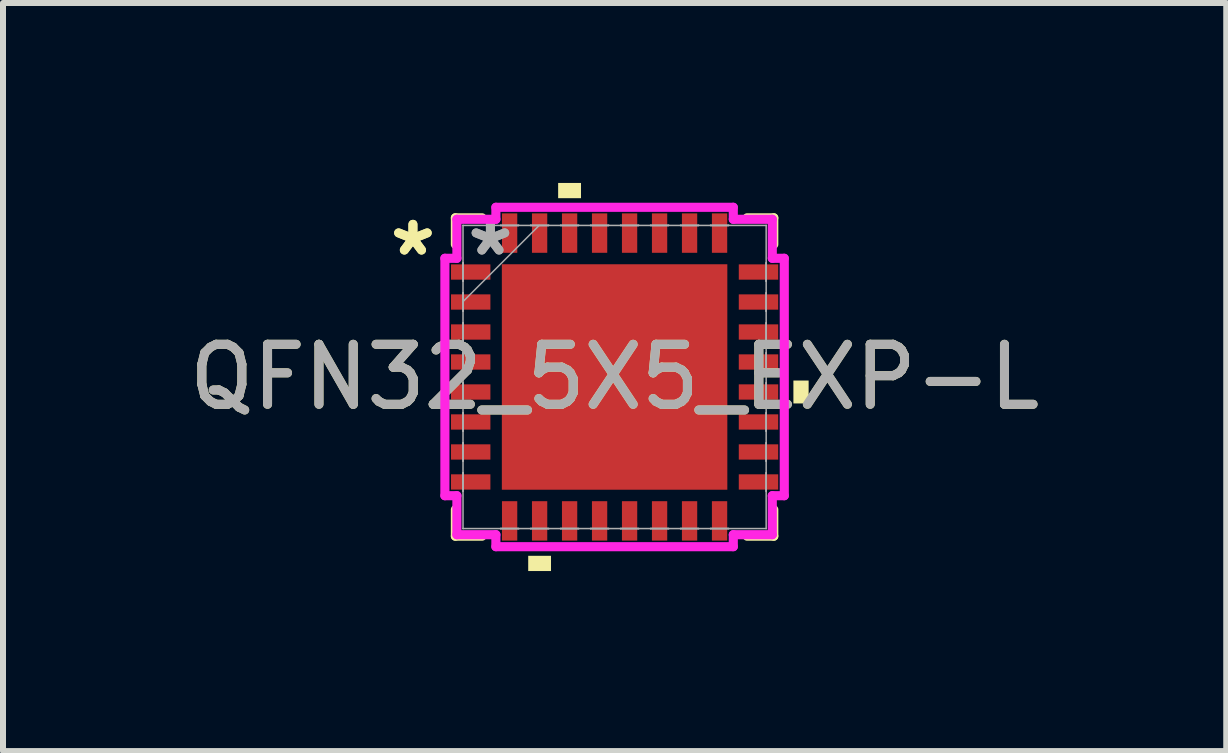
<source format=kicad_pcb>
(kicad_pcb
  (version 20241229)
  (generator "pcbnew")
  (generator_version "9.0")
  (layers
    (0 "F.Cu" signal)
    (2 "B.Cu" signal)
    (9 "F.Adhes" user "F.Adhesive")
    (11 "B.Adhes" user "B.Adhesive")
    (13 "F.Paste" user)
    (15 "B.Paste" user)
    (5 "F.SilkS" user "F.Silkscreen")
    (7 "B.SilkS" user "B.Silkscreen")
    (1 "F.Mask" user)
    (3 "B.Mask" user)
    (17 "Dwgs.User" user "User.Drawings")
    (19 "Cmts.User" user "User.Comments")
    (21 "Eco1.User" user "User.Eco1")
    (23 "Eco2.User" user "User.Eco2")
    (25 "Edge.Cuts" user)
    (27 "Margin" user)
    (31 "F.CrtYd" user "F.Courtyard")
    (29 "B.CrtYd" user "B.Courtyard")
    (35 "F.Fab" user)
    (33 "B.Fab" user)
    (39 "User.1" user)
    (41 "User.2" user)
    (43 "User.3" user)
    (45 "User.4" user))
  (footprint "QFN32_5X5_EXP-L"
    (layer "F.Cu")
    (at 7.196 3.235)
    (property "Reference" "QFN32_5X5_EXP-L" (at 0 0 0) (unlocked yes) (layer "F.SilkS") (effects (font (size 1 1) (thickness 0.15))))
    (attr smd)
    (fp_line (start -2.654 -2.654) (end -2.654 -2.21) (stroke (width 0.152) (type solid)) (layer "F.SilkS"))
    (fp_line (start -2.654 2.21) (end -2.654 2.654) (stroke (width 0.152) (type solid)) (layer "F.SilkS"))
    (fp_line (start -2.654 2.654) (end -2.21 2.654) (stroke (width 0.152) (type solid)) (layer "F.SilkS"))
    (fp_line (start -2.21 -2.654) (end -2.654 -2.654) (stroke (width 0.152) (type solid)) (layer "F.SilkS"))
    (fp_line (start 2.21 2.654) (end 2.654 2.654) (stroke (width 0.152) (type solid)) (layer "F.SilkS"))
    (fp_line (start 2.654 -2.654) (end 2.21 -2.654) (stroke (width 0.152) (type solid)) (layer "F.SilkS"))
    (fp_line (start 2.654 -2.21) (end 2.654 -2.654) (stroke (width 0.152) (type solid)) (layer "F.SilkS"))
    (fp_line (start 2.654 2.654) (end 2.654 2.21) (stroke (width 0.152) (type solid)) (layer "F.SilkS"))
    (fp_poly (pts (xy -1.44 2.981) (xy -1.44 3.235) (xy -1.06 3.235) (xy -1.06 2.981)) (stroke (width 0) (type solid)) (fill yes) (layer "F.SilkS"))
    (fp_poly (pts (xy -0.941 -2.981) (xy -0.941 -3.235) (xy -0.56 -3.235) (xy -0.56 -2.981)) (stroke (width 0) (type solid)) (fill yes) (layer "F.SilkS"))
    (fp_poly (pts (xy 3.235 0.059) (xy 3.235 0.441) (xy 2.981 0.441) (xy 2.981 0.059)) (stroke (width 0) (type solid)) (fill yes) (layer "F.SilkS"))
    (fp_poly (pts (xy -1.78 -1.78) (xy -1.78 -0.1) (xy -0.1 -0.1) (xy -0.1 -1.78)) (stroke (width 0) (type solid)) (fill yes) (layer "F.Paste"))
    (fp_poly (pts (xy -1.78 0.1) (xy -1.78 1.78) (xy -0.1 1.78) (xy -0.1 0.1)) (stroke (width 0) (type solid)) (fill yes) (layer "F.Paste"))
    (fp_poly (pts (xy 0.1 -1.78) (xy 0.1 -0.1) (xy 1.78 -0.1) (xy 1.78 -1.78)) (stroke (width 0) (type solid)) (fill yes) (layer "F.Paste"))
    (fp_poly (pts (xy 0.1 0.1) (xy 0.1 1.78) (xy 1.78 1.78) (xy 1.78 0.1)) (stroke (width 0) (type solid)) (fill yes) (layer "F.Paste"))
    (fp_line (start -2.829 -1.979) (end -2.629 -1.979) (stroke (width 0.152) (type solid)) (layer "F.CrtYd"))
    (fp_line (start -2.829 1.979) (end -2.829 -1.979) (stroke (width 0.152) (type solid)) (layer "F.CrtYd"))
    (fp_line (start -2.629 -2.629) (end -1.979 -2.629) (stroke (width 0.152) (type solid)) (layer "F.CrtYd"))
    (fp_line (start -2.629 -1.979) (end -2.629 -2.629) (stroke (width 0.152) (type solid)) (layer "F.CrtYd"))
    (fp_line (start -2.629 1.979) (end -2.829 1.979) (stroke (width 0.152) (type solid)) (layer "F.CrtYd"))
    (fp_line (start -2.629 2.629) (end -2.629 1.979) (stroke (width 0.152) (type solid)) (layer "F.CrtYd"))
    (fp_line (start -1.979 -2.829) (end 1.979 -2.829) (stroke (width 0.152) (type solid)) (layer "F.CrtYd"))
    (fp_line (start -1.979 -2.629) (end -1.979 -2.829) (stroke (width 0.152) (type solid)) (layer "F.CrtYd"))
    (fp_line (start -1.979 2.629) (end -2.629 2.629) (stroke (width 0.152) (type solid)) (layer "F.CrtYd"))
    (fp_line (start -1.979 2.829) (end -1.979 2.629) (stroke (width 0.152) (type solid)) (layer "F.CrtYd"))
    (fp_line (start 1.979 -2.829) (end 1.979 -2.629) (stroke (width 0.152) (type solid)) (layer "F.CrtYd"))
    (fp_line (start 1.979 -2.629) (end 2.629 -2.629) (stroke (width 0.152) (type solid)) (layer "F.CrtYd"))
    (fp_line (start 1.979 2.629) (end 1.979 2.829) (stroke (width 0.152) (type solid)) (layer "F.CrtYd"))
    (fp_line (start 1.979 2.829) (end -1.979 2.829) (stroke (width 0.152) (type solid)) (layer "F.CrtYd"))
    (fp_line (start 2.629 -2.629) (end 2.629 -1.979) (stroke (width 0.152) (type solid)) (layer "F.CrtYd"))
    (fp_line (start 2.629 -1.979) (end 2.829 -1.979) (stroke (width 0.152) (type solid)) (layer "F.CrtYd"))
    (fp_line (start 2.629 1.979) (end 2.629 2.629) (stroke (width 0.152) (type solid)) (layer "F.CrtYd"))
    (fp_line (start 2.629 2.629) (end 1.979 2.629) (stroke (width 0.152) (type solid)) (layer "F.CrtYd"))
    (fp_line (start 2.829 -1.979) (end 2.829 1.979) (stroke (width 0.152) (type solid)) (layer "F.CrtYd"))
    (fp_line (start 2.829 1.979) (end 2.629 1.979) (stroke (width 0.152) (type solid)) (layer "F.CrtYd"))
    (fp_line (start -2.527 -2.527) (end -2.527 -2.527) (stroke (width 0.025) (type solid)) (layer "F.Fab"))
    (fp_line (start -2.527 -2.527) (end -2.527 2.527) (stroke (width 0.025) (type solid)) (layer "F.Fab"))
    (fp_line (start -2.527 -1.902) (end -2.527 -1.902) (stroke (width 0.025) (type solid)) (layer "F.Fab"))
    (fp_line (start -2.527 -1.902) (end -2.527 -1.598) (stroke (width 0.025) (type solid)) (layer "F.Fab"))
    (fp_line (start -2.527 -1.598) (end -2.527 -1.902) (stroke (width 0.025) (type solid)) (layer "F.Fab"))
    (fp_line (start -2.527 -1.598) (end -2.527 -1.598) (stroke (width 0.025) (type solid)) (layer "F.Fab"))
    (fp_line (start -2.527 -1.402) (end -2.527 -1.402) (stroke (width 0.025) (type solid)) (layer "F.Fab"))
    (fp_line (start -2.527 -1.402) (end -2.527 -1.098) (stroke (width 0.025) (type solid)) (layer "F.Fab"))
    (fp_line (start -2.527 -1.257) (end -1.257 -2.527) (stroke (width 0.025) (type solid)) (layer "F.Fab"))
    (fp_line (start -2.527 -1.098) (end -2.527 -1.402) (stroke (width 0.025) (type solid)) (layer "F.Fab"))
    (fp_line (start -2.527 -1.098) (end -2.527 -1.098) (stroke (width 0.025) (type solid)) (layer "F.Fab"))
    (fp_line (start -2.527 -0.902) (end -2.527 -0.902) (stroke (width 0.025) (type solid)) (layer "F.Fab"))
    (fp_line (start -2.527 -0.902) (end -2.527 -0.598) (stroke (width 0.025) (type solid)) (layer "F.Fab"))
    (fp_line (start -2.527 -0.598) (end -2.527 -0.902) (stroke (width 0.025) (type solid)) (layer "F.Fab"))
    (fp_line (start -2.527 -0.598) (end -2.527 -0.598) (stroke (width 0.025) (type solid)) (layer "F.Fab"))
    (fp_line (start -2.527 -0.402) (end -2.527 -0.402) (stroke (width 0.025) (type solid)) (layer "F.Fab"))
    (fp_line (start -2.527 -0.402) (end -2.527 -0.098) (stroke (width 0.025) (type solid)) (layer "F.Fab"))
    (fp_line (start -2.527 -0.098) (end -2.527 -0.402) (stroke (width 0.025) (type solid)) (layer "F.Fab"))
    (fp_line (start -2.527 -0.098) (end -2.527 -0.098) (stroke (width 0.025) (type solid)) (layer "F.Fab"))
    (fp_line (start -2.527 0.098) (end -2.527 0.098) (stroke (width 0.025) (type solid)) (layer "F.Fab"))
    (fp_line (start -2.527 0.098) (end -2.527 0.402) (stroke (width 0.025) (type solid)) (layer "F.Fab"))
    (fp_line (start -2.527 0.402) (end -2.527 0.098) (stroke (width 0.025) (type solid)) (layer "F.Fab"))
    (fp_line (start -2.527 0.402) (end -2.527 0.402) (stroke (width 0.025) (type solid)) (layer "F.Fab"))
    (fp_line (start -2.527 0.598) (end -2.527 0.598) (stroke (width 0.025) (type solid)) (layer "F.Fab"))
    (fp_line (start -2.527 0.598) (end -2.527 0.902) (stroke (width 0.025) (type solid)) (layer "F.Fab"))
    (fp_line (start -2.527 0.902) (end -2.527 0.598) (stroke (width 0.025) (type solid)) (layer "F.Fab"))
    (fp_line (start -2.527 0.902) (end -2.527 0.902) (stroke (width 0.025) (type solid)) (layer "F.Fab"))
    (fp_line (start -2.527 1.098) (end -2.527 1.098) (stroke (width 0.025) (type solid)) (layer "F.Fab"))
    (fp_line (start -2.527 1.098) (end -2.527 1.402) (stroke (width 0.025) (type solid)) (layer "F.Fab"))
    (fp_line (start -2.527 1.402) (end -2.527 1.098) (stroke (width 0.025) (type solid)) (layer "F.Fab"))
    (fp_line (start -2.527 1.402) (end -2.527 1.402) (stroke (width 0.025) (type solid)) (layer "F.Fab"))
    (fp_line (start -2.527 1.598) (end -2.527 1.598) (stroke (width 0.025) (type solid)) (layer "F.Fab"))
    (fp_line (start -2.527 1.598) (end -2.527 1.902) (stroke (width 0.025) (type solid)) (layer "F.Fab"))
    (fp_line (start -2.527 1.902) (end -2.527 1.598) (stroke (width 0.025) (type solid)) (layer "F.Fab"))
    (fp_line (start -2.527 1.902) (end -2.527 1.902) (stroke (width 0.025) (type solid)) (layer "F.Fab"))
    (fp_line (start -2.527 2.527) (end -2.527 2.527) (stroke (width 0.025) (type solid)) (layer "F.Fab"))
    (fp_line (start -2.527 2.527) (end 2.527 2.527) (stroke (width 0.025) (type solid)) (layer "F.Fab"))
    (fp_line (start -1.902 -2.527) (end -1.902 -2.527) (stroke (width 0.025) (type solid)) (layer "F.Fab"))
    (fp_line (start -1.902 -2.527) (end -1.598 -2.527) (stroke (width 0.025) (type solid)) (layer "F.Fab"))
    (fp_line (start -1.902 2.527) (end -1.902 2.527) (stroke (width 0.025) (type solid)) (layer "F.Fab"))
    (fp_line (start -1.902 2.527) (end -1.598 2.527) (stroke (width 0.025) (type solid)) (layer "F.Fab"))
    (fp_line (start -1.598 -2.527) (end -1.902 -2.527) (stroke (width 0.025) (type solid)) (layer "F.Fab"))
    (fp_line (start -1.598 -2.527) (end -1.598 -2.527) (stroke (width 0.025) (type solid)) (layer "F.Fab"))
    (fp_line (start -1.598 2.527) (end -1.902 2.527) (stroke (width 0.025) (type solid)) (layer "F.Fab"))
    (fp_line (start -1.598 2.527) (end -1.598 2.527) (stroke (width 0.025) (type solid)) (layer "F.Fab"))
    (fp_line (start -1.402 -2.527) (end -1.402 -2.527) (stroke (width 0.025) (type solid)) (layer "F.Fab"))
    (fp_line (start -1.402 -2.527) (end -1.098 -2.527) (stroke (width 0.025) (type solid)) (layer "F.Fab"))
    (fp_line (start -1.402 2.527) (end -1.402 2.527) (stroke (width 0.025) (type solid)) (layer "F.Fab"))
    (fp_line (start -1.402 2.527) (end -1.098 2.527) (stroke (width 0.025) (type solid)) (layer "F.Fab"))
    (fp_line (start -1.098 -2.527) (end -1.402 -2.527) (stroke (width 0.025) (type solid)) (layer "F.Fab"))
    (fp_line (start -1.098 -2.527) (end -1.098 -2.527) (stroke (width 0.025) (type solid)) (layer "F.Fab"))
    (fp_line (start -1.098 2.527) (end -1.402 2.527) (stroke (width 0.025) (type solid)) (layer "F.Fab"))
    (fp_line (start -1.098 2.527) (end -1.098 2.527) (stroke (width 0.025) (type solid)) (layer "F.Fab"))
    (fp_line (start -0.902 -2.527) (end -0.902 -2.527) (stroke (width 0.025) (type solid)) (layer "F.Fab"))
    (fp_line (start -0.902 -2.527) (end -0.598 -2.527) (stroke (width 0.025) (type solid)) (layer "F.Fab"))
    (fp_line (start -0.902 2.527) (end -0.902 2.527) (stroke (width 0.025) (type solid)) (layer "F.Fab"))
    (fp_line (start -0.902 2.527) (end -0.598 2.527) (stroke (width 0.025) (type solid)) (layer "F.Fab"))
    (fp_line (start -0.598 -2.527) (end -0.902 -2.527) (stroke (width 0.025) (type solid)) (layer "F.Fab"))
    (fp_line (start -0.598 -2.527) (end -0.598 -2.527) (stroke (width 0.025) (type solid)) (layer "F.Fab"))
    (fp_line (start -0.598 2.527) (end -0.902 2.527) (stroke (width 0.025) (type solid)) (layer "F.Fab"))
    (fp_line (start -0.598 2.527) (end -0.598 2.527) (stroke (width 0.025) (type solid)) (layer "F.Fab"))
    (fp_line (start -0.402 -2.527) (end -0.402 -2.527) (stroke (width 0.025) (type solid)) (layer "F.Fab"))
    (fp_line (start -0.402 -2.527) (end -0.098 -2.527) (stroke (width 0.025) (type solid)) (layer "F.Fab"))
    (fp_line (start -0.402 2.527) (end -0.402 2.527) (stroke (width 0.025) (type solid)) (layer "F.Fab"))
    (fp_line (start -0.402 2.527) (end -0.098 2.527) (stroke (width 0.025) (type solid)) (layer "F.Fab"))
    (fp_line (start -0.098 -2.527) (end -0.402 -2.527) (stroke (width 0.025) (type solid)) (layer "F.Fab"))
    (fp_line (start -0.098 -2.527) (end -0.098 -2.527) (stroke (width 0.025) (type solid)) (layer "F.Fab"))
    (fp_line (start -0.098 2.527) (end -0.402 2.527) (stroke (width 0.025) (type solid)) (layer "F.Fab"))
    (fp_line (start -0.098 2.527) (end -0.098 2.527) (stroke (width 0.025) (type solid)) (layer "F.Fab"))
    (fp_line (start 0.098 -2.527) (end 0.098 -2.527) (stroke (width 0.025) (type solid)) (layer "F.Fab"))
    (fp_line (start 0.098 -2.527) (end 0.402 -2.527) (stroke (width 0.025) (type solid)) (layer "F.Fab"))
    (fp_line (start 0.098 2.527) (end 0.098 2.527) (stroke (width 0.025) (type solid)) (layer "F.Fab"))
    (fp_line (start 0.098 2.527) (end 0.402 2.527) (stroke (width 0.025) (type solid)) (layer "F.Fab"))
    (fp_line (start 0.402 -2.527) (end 0.098 -2.527) (stroke (width 0.025) (type solid)) (layer "F.Fab"))
    (fp_line (start 0.402 -2.527) (end 0.402 -2.527) (stroke (width 0.025) (type solid)) (layer "F.Fab"))
    (fp_line (start 0.402 2.527) (end 0.098 2.527) (stroke (width 0.025) (type solid)) (layer "F.Fab"))
    (fp_line (start 0.402 2.527) (end 0.402 2.527) (stroke (width 0.025) (type solid)) (layer "F.Fab"))
    (fp_line (start 0.598 -2.527) (end 0.598 -2.527) (stroke (width 0.025) (type solid)) (layer "F.Fab"))
    (fp_line (start 0.598 -2.527) (end 0.902 -2.527) (stroke (width 0.025) (type solid)) (layer "F.Fab"))
    (fp_line (start 0.598 2.527) (end 0.598 2.527) (stroke (width 0.025) (type solid)) (layer "F.Fab"))
    (fp_line (start 0.598 2.527) (end 0.902 2.527) (stroke (width 0.025) (type solid)) (layer "F.Fab"))
    (fp_line (start 0.902 -2.527) (end 0.598 -2.527) (stroke (width 0.025) (type solid)) (layer "F.Fab"))
    (fp_line (start 0.902 -2.527) (end 0.902 -2.527) (stroke (width 0.025) (type solid)) (layer "F.Fab"))
    (fp_line (start 0.902 2.527) (end 0.598 2.527) (stroke (width 0.025) (type solid)) (layer "F.Fab"))
    (fp_line (start 0.902 2.527) (end 0.902 2.527) (stroke (width 0.025) (type solid)) (layer "F.Fab"))
    (fp_line (start 1.098 -2.527) (end 1.098 -2.527) (stroke (width 0.025) (type solid)) (layer "F.Fab"))
    (fp_line (start 1.098 -2.527) (end 1.402 -2.527) (stroke (width 0.025) (type solid)) (layer "F.Fab"))
    (fp_line (start 1.098 2.527) (end 1.098 2.527) (stroke (width 0.025) (type solid)) (layer "F.Fab"))
    (fp_line (start 1.098 2.527) (end 1.402 2.527) (stroke (width 0.025) (type solid)) (layer "F.Fab"))
    (fp_line (start 1.402 -2.527) (end 1.098 -2.527) (stroke (width 0.025) (type solid)) (layer "F.Fab"))
    (fp_line (start 1.402 -2.527) (end 1.402 -2.527) (stroke (width 0.025) (type solid)) (layer "F.Fab"))
    (fp_line (start 1.402 2.527) (end 1.098 2.527) (stroke (width 0.025) (type solid)) (layer "F.Fab"))
    (fp_line (start 1.402 2.527) (end 1.402 2.527) (stroke (width 0.025) (type solid)) (layer "F.Fab"))
    (fp_line (start 1.598 -2.527) (end 1.598 -2.527) (stroke (width 0.025) (type solid)) (layer "F.Fab"))
    (fp_line (start 1.598 -2.527) (end 1.902 -2.527) (stroke (width 0.025) (type solid)) (layer "F.Fab"))
    (fp_line (start 1.598 2.527) (end 1.598 2.527) (stroke (width 0.025) (type solid)) (layer "F.Fab"))
    (fp_line (start 1.598 2.527) (end 1.902 2.527) (stroke (width 0.025) (type solid)) (layer "F.Fab"))
    (fp_line (start 1.902 -2.527) (end 1.598 -2.527) (stroke (width 0.025) (type solid)) (layer "F.Fab"))
    (fp_line (start 1.902 -2.527) (end 1.902 -2.527) (stroke (width 0.025) (type solid)) (layer "F.Fab"))
    (fp_line (start 1.902 2.527) (end 1.598 2.527) (stroke (width 0.025) (type solid)) (layer "F.Fab"))
    (fp_line (start 1.902 2.527) (end 1.902 2.527) (stroke (width 0.025) (type solid)) (layer "F.Fab"))
    (fp_line (start 2.527 -2.527) (end -2.527 -2.527) (stroke (width 0.025) (type solid)) (layer "F.Fab"))
    (fp_line (start 2.527 -2.527) (end 2.527 -2.527) (stroke (width 0.025) (type solid)) (layer "F.Fab"))
    (fp_line (start 2.527 -1.902) (end 2.527 -1.902) (stroke (width 0.025) (type solid)) (layer "F.Fab"))
    (fp_line (start 2.527 -1.902) (end 2.527 -1.598) (stroke (width 0.025) (type solid)) (layer "F.Fab"))
    (fp_line (start 2.527 -1.598) (end 2.527 -1.902) (stroke (width 0.025) (type solid)) (layer "F.Fab"))
    (fp_line (start 2.527 -1.598) (end 2.527 -1.598) (stroke (width 0.025) (type solid)) (layer "F.Fab"))
    (fp_line (start 2.527 -1.402) (end 2.527 -1.402) (stroke (width 0.025) (type solid)) (layer "F.Fab"))
    (fp_line (start 2.527 -1.402) (end 2.527 -1.098) (stroke (width 0.025) (type solid)) (layer "F.Fab"))
    (fp_line (start 2.527 -1.098) (end 2.527 -1.402) (stroke (width 0.025) (type solid)) (layer "F.Fab"))
    (fp_line (start 2.527 -1.098) (end 2.527 -1.098) (stroke (width 0.025) (type solid)) (layer "F.Fab"))
    (fp_line (start 2.527 -0.902) (end 2.527 -0.902) (stroke (width 0.025) (type solid)) (layer "F.Fab"))
    (fp_line (start 2.527 -0.902) (end 2.527 -0.598) (stroke (width 0.025) (type solid)) (layer "F.Fab"))
    (fp_line (start 2.527 -0.598) (end 2.527 -0.902) (stroke (width 0.025) (type solid)) (layer "F.Fab"))
    (fp_line (start 2.527 -0.598) (end 2.527 -0.598) (stroke (width 0.025) (type solid)) (layer "F.Fab"))
    (fp_line (start 2.527 -0.402) (end 2.527 -0.402) (stroke (width 0.025) (type solid)) (layer "F.Fab"))
    (fp_line (start 2.527 -0.402) (end 2.527 -0.098) (stroke (width 0.025) (type solid)) (layer "F.Fab"))
    (fp_line (start 2.527 -0.098) (end 2.527 -0.402) (stroke (width 0.025) (type solid)) (layer "F.Fab"))
    (fp_line (start 2.527 -0.098) (end 2.527 -0.098) (stroke (width 0.025) (type solid)) (layer "F.Fab"))
    (fp_line (start 2.527 0.098) (end 2.527 0.098) (stroke (width 0.025) (type solid)) (layer "F.Fab"))
    (fp_line (start 2.527 0.098) (end 2.527 0.402) (stroke (width 0.025) (type solid)) (layer "F.Fab"))
    (fp_line (start 2.527 0.402) (end 2.527 0.098) (stroke (width 0.025) (type solid)) (layer "F.Fab"))
    (fp_line (start 2.527 0.402) (end 2.527 0.402) (stroke (width 0.025) (type solid)) (layer "F.Fab"))
    (fp_line (start 2.527 0.598) (end 2.527 0.598) (stroke (width 0.025) (type solid)) (layer "F.Fab"))
    (fp_line (start 2.527 0.598) (end 2.527 0.902) (stroke (width 0.025) (type solid)) (layer "F.Fab"))
    (fp_line (start 2.527 0.902) (end 2.527 0.598) (stroke (width 0.025) (type solid)) (layer "F.Fab"))
    (fp_line (start 2.527 0.902) (end 2.527 0.902) (stroke (width 0.025) (type solid)) (layer "F.Fab"))
    (fp_line (start 2.527 1.098) (end 2.527 1.098) (stroke (width 0.025) (type solid)) (layer "F.Fab"))
    (fp_line (start 2.527 1.098) (end 2.527 1.402) (stroke (width 0.025) (type solid)) (layer "F.Fab"))
    (fp_line (start 2.527 1.402) (end 2.527 1.098) (stroke (width 0.025) (type solid)) (layer "F.Fab"))
    (fp_line (start 2.527 1.402) (end 2.527 1.402) (stroke (width 0.025) (type solid)) (layer "F.Fab"))
    (fp_line (start 2.527 1.598) (end 2.527 1.598) (stroke (width 0.025) (type solid)) (layer "F.Fab"))
    (fp_line (start 2.527 1.598) (end 2.527 1.902) (stroke (width 0.025) (type solid)) (layer "F.Fab"))
    (fp_line (start 2.527 1.902) (end 2.527 1.598) (stroke (width 0.025) (type solid)) (layer "F.Fab"))
    (fp_line (start 2.527 1.902) (end 2.527 1.902) (stroke (width 0.025) (type solid)) (layer "F.Fab"))
    (fp_line (start 2.527 2.527) (end 2.527 -2.527) (stroke (width 0.025) (type solid)) (layer "F.Fab"))
    (fp_line (start 2.527 2.527) (end 2.527 2.527) (stroke (width 0.025) (type solid)) (layer "F.Fab"))
    (fp_text user "*" (at -3.362 -2 0) (unlocked yes) (layer "F.SilkS") (effects (font (size 1 1) (thickness 0.15))))
    (fp_text user "*" (at -3.362 -2 0) (layer "F.SilkS") (effects (font (size 1 1) (thickness 0.15))))
    (fp_text user "${REFERENCE}" (at 0 0 0) (unlocked yes) (layer "F.Fab") (effects (font (size 1 1) (thickness 0.15))))
    (fp_text user "*" (at -2.07 -2 0) (layer "F.Fab") (effects (font (size 1 1) (thickness 0.15))))
    (fp_text user "*" (at -2.07 -2 0) (unlocked yes) (layer "F.Fab") (effects (font (size 1 1) (thickness 0.15))))
    (pad "1" smd rect (at -2.399 -1.75 90) (size 0.255 0.657) (layers "F.Cu" "F.Mask" "F.Paste"))
    (pad "2" smd rect (at -2.399 -1.25 90) (size 0.255 0.657) (layers "F.Cu" "F.Mask" "F.Paste"))
    (pad "3" smd rect (at -2.399 -0.75 90) (size 0.255 0.657) (layers "F.Cu" "F.Mask" "F.Paste"))
    (pad "4" smd rect (at -2.399 -0.25 90) (size 0.255 0.657) (layers "F.Cu" "F.Mask" "F.Paste"))
    (pad "5" smd rect (at -2.399 0.25 90) (size 0.255 0.657) (layers "F.Cu" "F.Mask" "F.Paste"))
    (pad "6" smd rect (at -2.399 0.75 90) (size 0.255 0.657) (layers "F.Cu" "F.Mask" "F.Paste"))
    (pad "7" smd rect (at -2.399 1.25 90) (size 0.255 0.657) (layers "F.Cu" "F.Mask" "F.Paste"))
    (pad "8" smd rect (at -2.399 1.75 90) (size 0.255 0.657) (layers "F.Cu" "F.Mask" "F.Paste"))
    (pad "9" smd rect (at -1.75 2.399) (size 0.255 0.657) (layers "F.Cu" "F.Mask" "F.Paste"))
    (pad "10" smd rect (at -1.25 2.399) (size 0.255 0.657) (layers "F.Cu" "F.Mask" "F.Paste"))
    (pad "11" smd rect (at -0.75 2.399) (size 0.255 0.657) (layers "F.Cu" "F.Mask" "F.Paste"))
    (pad "12" smd rect (at -0.25 2.399) (size 0.255 0.657) (layers "F.Cu" "F.Mask" "F.Paste"))
    (pad "13" smd rect (at 0.25 2.399) (size 0.255 0.657) (layers "F.Cu" "F.Mask" "F.Paste"))
    (pad "14" smd rect (at 0.75 2.399) (size 0.255 0.657) (layers "F.Cu" "F.Mask" "F.Paste"))
    (pad "15" smd rect (at 1.25 2.399) (size 0.255 0.657) (layers "F.Cu" "F.Mask" "F.Paste"))
    (pad "16" smd rect (at 1.75 2.399) (size 0.255 0.657) (layers "F.Cu" "F.Mask" "F.Paste"))
    (pad "17" smd rect (at 2.399 1.75 90) (size 0.255 0.657) (layers "F.Cu" "F.Mask" "F.Paste"))
    (pad "18" smd rect (at 2.399 1.25 90) (size 0.255 0.657) (layers "F.Cu" "F.Mask" "F.Paste"))
    (pad "19" smd rect (at 2.399 0.75 90) (size 0.255 0.657) (layers "F.Cu" "F.Mask" "F.Paste"))
    (pad "20" smd rect (at 2.399 0.25 90) (size 0.255 0.657) (layers "F.Cu" "F.Mask" "F.Paste"))
    (pad "21" smd rect (at 2.399 -0.25 90) (size 0.255 0.657) (layers "F.Cu" "F.Mask" "F.Paste"))
    (pad "22" smd rect (at 2.399 -0.75 90) (size 0.255 0.657) (layers "F.Cu" "F.Mask" "F.Paste"))
    (pad "23" smd rect (at 2.399 -1.25 90) (size 0.255 0.657) (layers "F.Cu" "F.Mask" "F.Paste"))
    (pad "24" smd rect (at 2.399 -1.75 90) (size 0.255 0.657) (layers "F.Cu" "F.Mask" "F.Paste"))
    (pad "25" smd rect (at 1.75 -2.399) (size 0.255 0.657) (layers "F.Cu" "F.Mask" "F.Paste"))
    (pad "26" smd rect (at 1.25 -2.399) (size 0.255 0.657) (layers "F.Cu" "F.Mask" "F.Paste"))
    (pad "27" smd rect (at 0.75 -2.399) (size 0.255 0.657) (layers "F.Cu" "F.Mask" "F.Paste"))
    (pad "28" smd rect (at 0.25 -2.399) (size 0.255 0.657) (layers "F.Cu" "F.Mask" "F.Paste"))
    (pad "29" smd rect (at -0.25 -2.399) (size 0.255 0.657) (layers "F.Cu" "F.Mask" "F.Paste"))
    (pad "30" smd rect (at -0.75 -2.399) (size 0.255 0.657) (layers "F.Cu" "F.Mask" "F.Paste"))
    (pad "31" smd rect (at -1.25 -2.399) (size 0.255 0.657) (layers "F.Cu" "F.Mask" "F.Paste"))
    (pad "32" smd rect (at -1.75 -2.399) (size 0.255 0.657) (layers "F.Cu" "F.Mask" "F.Paste"))
    (pad "33" smd rect (at 0 0) (size 3.759 3.759) (layers "F.Cu" "F.Mask")))
  (gr_rect
    (start -3 -3)
    (end 17.393 9.471)
    (stroke (width 0.1) (type default))
    (fill no)
    (layer "Edge.Cuts")))
</source>
